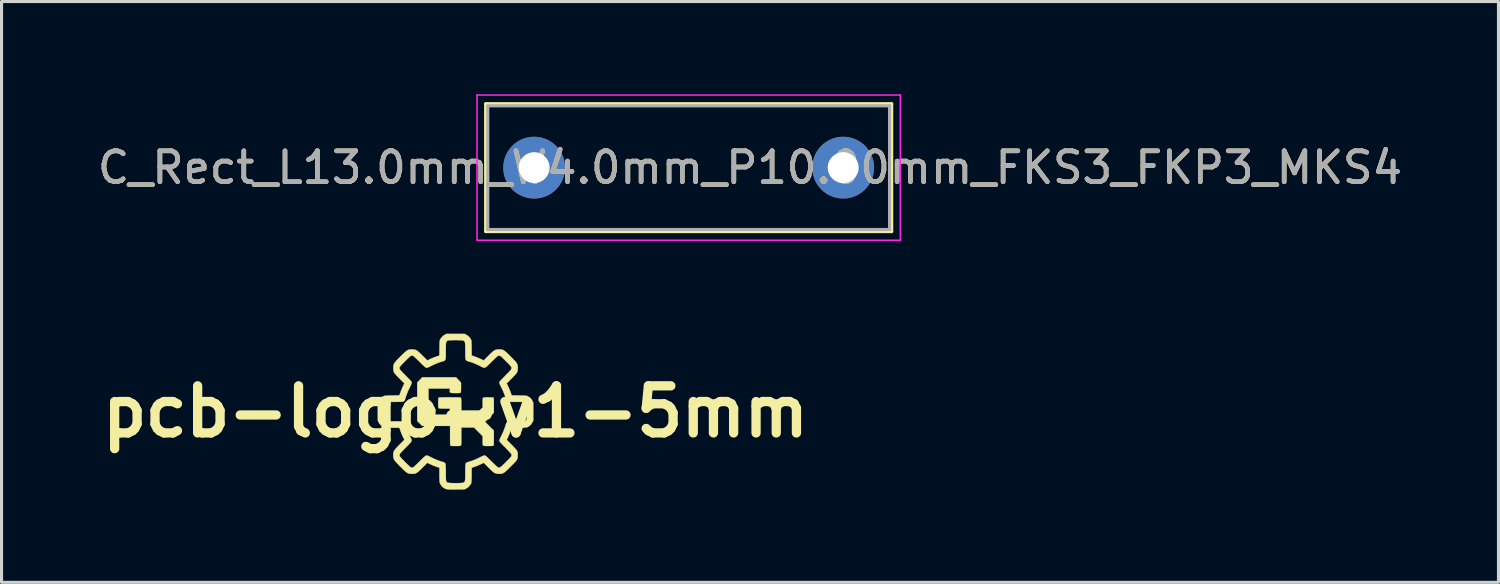
<source format=kicad_pcb>
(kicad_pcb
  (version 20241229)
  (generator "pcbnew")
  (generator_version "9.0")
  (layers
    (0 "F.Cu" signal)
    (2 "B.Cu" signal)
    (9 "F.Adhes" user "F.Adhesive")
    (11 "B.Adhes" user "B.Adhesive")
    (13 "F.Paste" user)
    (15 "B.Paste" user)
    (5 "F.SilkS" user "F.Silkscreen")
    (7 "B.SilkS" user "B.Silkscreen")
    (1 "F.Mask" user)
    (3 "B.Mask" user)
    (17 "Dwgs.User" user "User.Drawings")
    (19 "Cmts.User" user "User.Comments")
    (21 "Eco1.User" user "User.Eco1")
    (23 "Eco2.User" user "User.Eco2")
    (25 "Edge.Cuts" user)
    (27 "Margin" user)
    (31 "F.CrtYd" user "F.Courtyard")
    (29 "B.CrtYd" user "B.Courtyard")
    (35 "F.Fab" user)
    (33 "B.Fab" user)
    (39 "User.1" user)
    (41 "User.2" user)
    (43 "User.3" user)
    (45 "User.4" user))
  (footprint "C_Rect_L13.0mm_W4.0mm_P10.00mm_FKS3_FKP3_MKS4"
    (layer "F.Cu")
    (at 14.235 2.375)
    (property "Reference" "C_Rect_L13.0mm_W4.0mm_P10.00mm_FKS3_FKP3_MKS4" (at 6.985 0 0) (layer "F.SilkS") (effects (font (size 1 1) (thickness 0.15))))
    (attr through_hole)
    (fp_line (start -1.56 -2.06) (end -1.56 2.06) (stroke (width 0.12) (type solid)) (layer "F.SilkS"))
    (fp_line (start -1.56 -2.06) (end 11.56 -2.06) (stroke (width 0.12) (type solid)) (layer "F.SilkS"))
    (fp_line (start -1.56 2.06) (end 11.56 2.06) (stroke (width 0.12) (type solid)) (layer "F.SilkS"))
    (fp_line (start 11.56 -2.06) (end 11.56 2.06) (stroke (width 0.12) (type solid)) (layer "F.SilkS"))
    (fp_line (start -1.85 -2.35) (end -1.85 2.35) (stroke (width 0.05) (type solid)) (layer "F.CrtYd"))
    (fp_line (start -1.85 2.35) (end 11.85 2.35) (stroke (width 0.05) (type solid)) (layer "F.CrtYd"))
    (fp_line (start 11.85 -2.35) (end -1.85 -2.35) (stroke (width 0.05) (type solid)) (layer "F.CrtYd"))
    (fp_line (start 11.85 2.35) (end 11.85 -2.35) (stroke (width 0.05) (type solid)) (layer "F.CrtYd"))
    (fp_line (start -1.5 -2) (end -1.5 2) (stroke (width 0.1) (type solid)) (layer "F.Fab"))
    (fp_line (start -1.5 2) (end 11.5 2) (stroke (width 0.1) (type solid)) (layer "F.Fab"))
    (fp_line (start 11.5 -2) (end -1.5 -2) (stroke (width 0.1) (type solid)) (layer "F.Fab"))
    (fp_line (start 11.5 2) (end 11.5 -2) (stroke (width 0.1) (type solid)) (layer "F.Fab"))
    (fp_text user "${REFERENCE}" (at 6.985 0 0) (layer "F.Fab") (effects (font (size 1 1) (thickness 0.15))))
    (pad "1" thru_hole circle (at 0 0) (size 2 2) (drill 1) (layers "*.Cu" "*.Mask"))
    (pad "2" thru_hole circle (at 10 0) (size 2 2) (drill 1) (layers "*.Cu" "*.Mask")))
  (footprint "pcb-logo-v1-5mm"
    (layer "F.Cu")
    (at 11.691 10.27)
    (property "Reference" "pcb-logo-v1-5mm" (at 0 0 0) (layer "F.SilkS") (effects (font (size 1.524 1.524) (thickness 0.3))))
    (attr through_hole)
    (fp_poly (pts (xy -0.53 -1.112) (xy 0.015 -1.112) (xy 0.096 -1.024) (xy 0.177 -0.937) (xy 0.177 -0.78) (xy 0.177 -0.712) (xy 0.175 -0.662) (xy 0.171 -0.63) (xy 0.166 -0.614) (xy 0.165 -0.612) (xy 0.152 -0.607) (xy 0.122 -0.604) (xy 0.075 -0.601) (xy 0.009 -0.601) (xy -0.000444 -0.601) (xy -0.066 -0.601) (xy -0.115 -0.603) (xy -0.149 -0.608) (xy -0.171 -0.617) (xy -0.182 -0.631) (xy -0.187 -0.652) (xy -0.186 -0.681) (xy -0.185 -0.694) (xy -0.181 -0.748) (xy -0.876 -0.748) (xy -0.876 0.098) (xy -0.182 0.098) (xy -0.182 -0.098) (xy -0.355 -0.098) (xy -0.418 -0.099) (xy -0.465 -0.099) (xy -0.497 -0.101) (xy -0.519 -0.104) (xy -0.533 -0.108) (xy -0.542 -0.113) (xy -0.545 -0.116) (xy -0.551 -0.126) (xy -0.556 -0.142) (xy -0.559 -0.166) (xy -0.56 -0.202) (xy -0.561 -0.252) (xy -0.561 -0.287) (xy -0.56 -0.354) (xy -0.558 -0.404) (xy -0.555 -0.435) (xy -0.55 -0.45) (xy -0.549 -0.451) (xy -0.54 -0.454) (xy -0.52 -0.457) (xy -0.486 -0.459) (xy -0.439 -0.461) (xy -0.375 -0.462) (xy -0.295 -0.463) (xy -0.197 -0.463) (xy -0.192 -0.463) (xy -0.1 -0.463) (xy -0.025 -0.462) (xy 0.033 -0.462) (xy 0.078 -0.461) (xy 0.112 -0.46) (xy 0.135 -0.458) (xy 0.151 -0.455) (xy 0.162 -0.452) (xy 0.168 -0.447) (xy 0.171 -0.445) (xy 0.176 -0.438) (xy 0.179 -0.426) (xy 0.182 -0.409) (xy 0.184 -0.383) (xy 0.186 -0.347) (xy 0.186 -0.298) (xy 0.187 -0.234) (xy 0.187 -0.153) (xy 0.187 -0.14) (xy 0.187 0.148) (xy 0.596 0.148) (xy 0.878 -0.135) (xy 0.877 -0.28) (xy 0.876 -0.344) (xy 0.877 -0.39) (xy 0.882 -0.423) (xy 0.894 -0.444) (xy 0.915 -0.456) (xy 0.949 -0.461) (xy 0.996 -0.463) (xy 1.061 -0.463) (xy 1.063 -0.463) (xy 1.131 -0.462) (xy 1.18 -0.46) (xy 1.212 -0.457) (xy 1.228 -0.452) (xy 1.229 -0.451) (xy 1.233 -0.44) (xy 1.236 -0.417) (xy 1.238 -0.379) (xy 1.239 -0.325) (xy 1.24 -0.255) (xy 1.24 -0.202) (xy 1.24 0.034) (xy 1.098 0.182) (xy 0.956 0.33) (xy 1.098 0.473) (xy 1.24 0.616) (xy 1.24 0.852) (xy 1.24 0.935) (xy 1.239 0.999) (xy 1.237 1.046) (xy 1.235 1.078) (xy 1.231 1.096) (xy 1.229 1.101) (xy 1.215 1.106) (xy 1.185 1.109) (xy 1.138 1.112) (xy 1.072 1.112) (xy 1.063 1.112) (xy 1.003 1.112) (xy 0.96 1.111) (xy 0.931 1.109) (xy 0.912 1.106) (xy 0.9 1.101) (xy 0.893 1.095) (xy 0.887 1.085) (xy 0.882 1.068) (xy 0.879 1.041) (xy 0.878 1.001) (xy 0.877 0.945) (xy 0.877 0.936) (xy 0.877 0.794) (xy 0.596 0.512) (xy 0.187 0.512) (xy 0.187 0.796) (xy 0.187 0.879) (xy 0.187 0.944) (xy 0.186 0.994) (xy 0.185 1.031) (xy 0.183 1.057) (xy 0.18 1.075) (xy 0.177 1.086) (xy 0.172 1.093) (xy 0.169 1.096) (xy 0.159 1.103) (xy 0.144 1.107) (xy 0.12 1.11) (xy 0.084 1.112) (xy 0.033 1.112) (xy -0.001 1.112) (xy -0.069 1.112) (xy -0.118 1.11) (xy -0.15 1.106) (xy -0.165 1.101) (xy -0.165 1.101) (xy -0.169 1.091) (xy -0.172 1.07) (xy -0.174 1.035) (xy -0.176 0.986) (xy -0.177 0.921) (xy -0.177 0.838) (xy -0.177 0.776) (xy -0.177 0.463) (xy -1.078 0.463) (xy -1.159 0.381) (xy -1.24 0.3) (xy -1.24 -0.94) (xy -1.157 -1.026) (xy -1.075 -1.112) (xy -0.53 -1.112)) (stroke (width 0.01) (type solid)) (fill yes) (layer "F.SilkS"))
    (fp_poly (pts (xy 0.346 -2.488) (xy 0.411 -2.446) (xy 0.465 -2.388) (xy 0.494 -2.341) (xy 0.501 -2.327) (xy 0.507 -2.313) (xy 0.511 -2.295) (xy 0.514 -2.272) (xy 0.516 -2.24) (xy 0.518 -2.197) (xy 0.519 -2.14) (xy 0.52 -2.067) (xy 0.52 -2.058) (xy 0.523 -1.816) (xy 0.618 -1.783) (xy 0.671 -1.764) (xy 0.731 -1.739) (xy 0.789 -1.714) (xy 0.814 -1.703) (xy 0.913 -1.656) (xy 1.065 -1.808) (xy 1.125 -1.868) (xy 1.175 -1.915) (xy 1.217 -1.951) (xy 1.253 -1.977) (xy 1.287 -1.995) (xy 1.32 -2.005) (xy 1.355 -2.011) (xy 1.396 -2.013) (xy 1.413 -2.013) (xy 1.452 -2.012) (xy 1.485 -2.009) (xy 1.515 -2.003) (xy 1.545 -1.991) (xy 1.576 -1.973) (xy 1.61 -1.947) (xy 1.651 -1.911) (xy 1.7 -1.865) (xy 1.759 -1.806) (xy 1.783 -1.783) (xy 1.846 -1.719) (xy 1.897 -1.667) (xy 1.936 -1.624) (xy 1.965 -1.588) (xy 1.986 -1.556) (xy 2 -1.526) (xy 2.008 -1.496) (xy 2.012 -1.464) (xy 2.013 -1.426) (xy 2.013 -1.408) (xy 2.013 -1.362) (xy 2.01 -1.33) (xy 2.004 -1.305) (xy 1.994 -1.281) (xy 1.986 -1.264) (xy 1.968 -1.24) (xy 1.939 -1.204) (xy 1.899 -1.159) (xy 1.851 -1.109) (xy 1.807 -1.064) (xy 1.656 -0.913) (xy 1.701 -0.82) (xy 1.725 -0.766) (xy 1.751 -0.704) (xy 1.774 -0.645) (xy 1.781 -0.626) (xy 1.817 -0.527) (xy 2.058 -0.522) (xy 2.133 -0.52) (xy 2.192 -0.519) (xy 2.236 -0.517) (xy 2.269 -0.514) (xy 2.294 -0.511) (xy 2.312 -0.507) (xy 2.326 -0.502) (xy 2.341 -0.494) (xy 2.341 -0.494) (xy 2.408 -0.448) (xy 2.461 -0.391) (xy 2.488 -0.346) (xy 2.515 -0.29) (xy 2.515 0.29) (xy 2.488 0.346) (xy 2.446 0.411) (xy 2.388 0.465) (xy 2.341 0.494) (xy 2.327 0.501) (xy 2.313 0.507) (xy 2.295 0.511) (xy 2.272 0.514) (xy 2.24 0.516) (xy 2.197 0.518) (xy 2.141 0.519) (xy 2.067 0.52) (xy 2.057 0.52) (xy 1.815 0.523) (xy 1.789 0.604) (xy 1.774 0.646) (xy 1.753 0.699) (xy 1.729 0.755) (xy 1.71 0.799) (xy 1.657 0.914) (xy 1.807 1.064) (xy 1.86 1.118) (xy 1.907 1.168) (xy 1.945 1.211) (xy 1.973 1.245) (xy 1.986 1.264) (xy 1.999 1.29) (xy 2.007 1.314) (xy 2.011 1.341) (xy 2.013 1.378) (xy 2.013 1.408) (xy 2.013 1.447) (xy 2.01 1.481) (xy 2.004 1.511) (xy 1.993 1.541) (xy 1.976 1.571) (xy 1.95 1.604) (xy 1.916 1.644) (xy 1.871 1.691) (xy 1.814 1.748) (xy 1.779 1.783) (xy 1.715 1.846) (xy 1.663 1.896) (xy 1.62 1.935) (xy 1.584 1.964) (xy 1.552 1.985) (xy 1.524 1.999) (xy 1.495 2.007) (xy 1.465 2.012) (xy 1.43 2.013) (xy 1.413 2.013) (xy 1.37 2.012) (xy 1.333 2.008) (xy 1.299 1.999) (xy 1.266 1.985) (xy 1.231 1.962) (xy 1.192 1.93) (xy 1.145 1.887) (xy 1.089 1.832) (xy 1.065 1.808) (xy 0.913 1.656) (xy 0.814 1.703) (xy 0.76 1.727) (xy 0.699 1.753) (xy 0.642 1.775) (xy 0.618 1.783) (xy 0.523 1.816) (xy 0.52 2.058) (xy 0.519 2.133) (xy 0.518 2.192) (xy 0.516 2.236) (xy 0.514 2.269) (xy 0.511 2.293) (xy 0.507 2.311) (xy 0.502 2.325) (xy 0.495 2.339) (xy 0.494 2.341) (xy 0.447 2.409) (xy 0.388 2.463) (xy 0.348 2.486) (xy 0.29 2.515) (xy 0.015 2.518) (xy -0.068 2.518) (xy -0.133 2.519) (xy -0.184 2.518) (xy -0.223 2.517) (xy -0.253 2.515) (xy -0.276 2.512) (xy -0.295 2.508) (xy -0.312 2.502) (xy -0.313 2.502) (xy -0.351 2.486) (xy -0.387 2.465) (xy -0.402 2.455) (xy -0.438 2.419) (xy -0.472 2.374) (xy -0.499 2.328) (xy -0.512 2.296) (xy -0.515 2.275) (xy -0.517 2.239) (xy -0.519 2.189) (xy -0.521 2.13) (xy -0.522 2.065) (xy -0.522 2.038) (xy -0.522 1.816) (xy -0.617 1.784) (xy -0.669 1.765) (xy -0.729 1.741) (xy -0.787 1.716) (xy -0.812 1.704) (xy -0.913 1.656) (xy -1.065 1.808) (xy -1.125 1.868) (xy -1.175 1.915) (xy -1.217 1.951) (xy -1.253 1.977) (xy -1.287 1.995) (xy -1.32 2.005) (xy -1.355 2.011) (xy -1.396 2.013) (xy -1.413 2.013) (xy -1.452 2.012) (xy -1.485 2.009) (xy -1.516 2.003) (xy -1.545 1.991) (xy -1.576 1.973) (xy -1.611 1.947) (xy -1.651 1.911) (xy -1.7 1.865) (xy -1.759 1.806) (xy -1.783 1.783) (xy -1.846 1.719) (xy -1.896 1.667) (xy -1.935 1.624) (xy -1.965 1.587) (xy -1.986 1.555) (xy -2 1.525) (xy -2.009 1.495) (xy -2.014 1.462) (xy -2.016 1.425) (xy -2.017 1.419) (xy -2.017 1.377) (xy -2.014 1.34) (xy -2.005 1.306) (xy -1.989 1.271) (xy -1.964 1.234) (xy -1.93 1.191) (xy -1.884 1.142) (xy -1.826 1.082) (xy -1.808 1.065) (xy -1.656 0.913) (xy -1.703 0.815) (xy -1.728 0.761) (xy -1.753 0.7) (xy -1.775 0.642) (xy -1.783 0.62) (xy -1.816 0.523) (xy -2.057 0.52) (xy -2.133 0.519) (xy -2.191 0.518) (xy -2.236 0.516) (xy -2.269 0.514) (xy -2.293 0.511) (xy -2.311 0.507) (xy -2.325 0.502) (xy -2.339 0.495) (xy -2.341 0.494) (xy -2.408 0.448) (xy -2.461 0.391) (xy -2.488 0.346) (xy -2.515 0.29) (xy -2.515 -0.014) (xy -2.315 -0.014) (xy -2.314 0.051) (xy -2.313 0.112) (xy -2.31 0.168) (xy -2.307 0.212) (xy -2.302 0.243) (xy -2.3 0.251) (xy -2.291 0.269) (xy -2.281 0.283) (xy -2.267 0.294) (xy -2.247 0.302) (xy -2.218 0.308) (xy -2.179 0.312) (xy -2.128 0.314) (xy -2.061 0.315) (xy -1.977 0.315) (xy -1.967 0.315) (xy -1.881 0.315) (xy -1.812 0.316) (xy -1.758 0.318) (xy -1.718 0.322) (xy -1.688 0.329) (xy -1.667 0.339) (xy -1.652 0.353) (xy -1.641 0.373) (xy -1.633 0.398) (xy -1.625 0.425) (xy -1.583 0.554) (xy -1.534 0.674) (xy -1.48 0.787) (xy -1.454 0.838) (xy -1.436 0.876) (xy -1.425 0.903) (xy -1.421 0.923) (xy -1.421 0.94) (xy -1.421 0.944) (xy -1.425 0.957) (xy -1.434 0.973) (xy -1.449 0.994) (xy -1.472 1.02) (xy -1.505 1.056) (xy -1.548 1.101) (xy -1.605 1.158) (xy -1.608 1.161) (xy -1.658 1.211) (xy -1.703 1.258) (xy -1.742 1.299) (xy -1.772 1.332) (xy -1.793 1.355) (xy -1.801 1.365) (xy -1.808 1.391) (xy -1.811 1.419) (xy -1.81 1.43) (xy -1.805 1.443) (xy -1.796 1.458) (xy -1.779 1.479) (xy -1.754 1.506) (xy -1.72 1.543) (xy -1.674 1.589) (xy -1.632 1.632) (xy -1.576 1.687) (xy -1.532 1.73) (xy -1.499 1.762) (xy -1.473 1.784) (xy -1.454 1.799) (xy -1.439 1.807) (xy -1.427 1.811) (xy -1.419 1.811) (xy -1.389 1.808) (xy -1.365 1.801) (xy -1.353 1.791) (xy -1.328 1.769) (xy -1.294 1.737) (xy -1.253 1.698) (xy -1.206 1.652) (xy -1.161 1.608) (xy -1.104 1.551) (xy -1.058 1.507) (xy -1.022 1.474) (xy -0.995 1.45) (xy -0.974 1.435) (xy -0.958 1.426) (xy -0.945 1.422) (xy -0.945 1.422) (xy -0.928 1.421) (xy -0.909 1.424) (xy -0.883 1.433) (xy -0.848 1.449) (xy -0.8 1.472) (xy -0.778 1.484) (xy -0.69 1.527) (xy -0.611 1.561) (xy -0.533 1.591) (xy -0.447 1.618) (xy -0.425 1.624) (xy -0.395 1.633) (xy -0.37 1.642) (xy -0.352 1.654) (xy -0.338 1.669) (xy -0.328 1.691) (xy -0.321 1.722) (xy -0.318 1.764) (xy -0.316 1.819) (xy -0.315 1.89) (xy -0.315 1.967) (xy -0.315 2.053) (xy -0.314 2.121) (xy -0.312 2.175) (xy -0.309 2.215) (xy -0.303 2.244) (xy -0.295 2.265) (xy -0.285 2.28) (xy -0.271 2.29) (xy -0.254 2.299) (xy -0.253 2.299) (xy -0.231 2.304) (xy -0.193 2.308) (xy -0.142 2.311) (xy -0.083 2.313) (xy -0.02 2.314) (xy 0.045 2.314) (xy 0.107 2.313) (xy 0.163 2.31) (xy 0.209 2.307) (xy 0.24 2.303) (xy 0.251 2.3) (xy 0.269 2.291) (xy 0.283 2.281) (xy 0.294 2.267) (xy 0.302 2.247) (xy 0.308 2.218) (xy 0.312 2.179) (xy 0.314 2.128) (xy 0.315 2.061) (xy 0.315 1.977) (xy 0.315 1.967) (xy 0.315 1.881) (xy 0.316 1.812) (xy 0.318 1.758) (xy 0.322 1.718) (xy 0.329 1.688) (xy 0.339 1.667) (xy 0.353 1.652) (xy 0.373 1.641) (xy 0.398 1.633) (xy 0.425 1.625) (xy 0.514 1.597) (xy 0.594 1.569) (xy 0.673 1.535) (xy 0.76 1.494) (xy 0.777 1.485) (xy 0.829 1.459) (xy 0.876 1.438) (xy 0.912 1.424) (xy 0.936 1.418) (xy 0.938 1.418) (xy 0.949 1.419) (xy 0.962 1.425) (xy 0.98 1.437) (xy 1.003 1.456) (xy 1.033 1.484) (xy 1.073 1.523) (xy 1.125 1.573) (xy 1.161 1.608) (xy 1.212 1.659) (xy 1.26 1.705) (xy 1.303 1.744) (xy 1.338 1.776) (xy 1.363 1.797) (xy 1.376 1.806) (xy 1.377 1.806) (xy 1.396 1.811) (xy 1.414 1.811) (xy 1.434 1.806) (xy 1.456 1.794) (xy 1.484 1.773) (xy 1.518 1.743) (xy 1.562 1.701) (xy 1.616 1.647) (xy 1.637 1.626) (xy 1.692 1.571) (xy 1.733 1.528) (xy 1.765 1.495) (xy 1.786 1.47) (xy 1.8 1.451) (xy 1.808 1.437) (xy 1.811 1.425) (xy 1.811 1.419) (xy 1.808 1.389) (xy 1.8 1.365) (xy 1.791 1.353) (xy 1.769 1.328) (xy 1.737 1.294) (xy 1.698 1.252) (xy 1.652 1.205) (xy 1.604 1.156) (xy 1.547 1.099) (xy 1.503 1.054) (xy 1.47 1.019) (xy 1.447 0.992) (xy 1.431 0.972) (xy 1.422 0.957) (xy 1.418 0.945) (xy 1.418 0.937) (xy 1.423 0.914) (xy 1.437 0.877) (xy 1.459 0.828) (xy 1.481 0.785) (xy 1.541 0.659) (xy 1.59 0.534) (xy 1.625 0.425) (xy 1.634 0.395) (xy 1.642 0.37) (xy 1.654 0.352) (xy 1.669 0.338) (xy 1.691 0.328) (xy 1.722 0.321) (xy 1.764 0.318) (xy 1.819 0.316) (xy 1.89 0.315) (xy 1.967 0.315) (xy 2.053 0.315) (xy 2.121 0.314) (xy 2.175 0.312) (xy 2.215 0.308) (xy 2.244 0.303) (xy 2.265 0.295) (xy 2.28 0.284) (xy 2.29 0.27) (xy 2.299 0.253) (xy 2.3 0.251) (xy 2.305 0.228) (xy 2.309 0.189) (xy 2.312 0.138) (xy 2.314 0.078) (xy 2.315 0.014) (xy 2.314 -0.051) (xy 2.313 -0.112) (xy 2.31 -0.168) (xy 2.307 -0.212) (xy 2.302 -0.243) (xy 2.3 -0.251) (xy 2.291 -0.269) (xy 2.281 -0.283) (xy 2.267 -0.294) (xy 2.247 -0.302) (xy 2.218 -0.308) (xy 2.179 -0.312) (xy 2.128 -0.314) (xy 2.061 -0.315) (xy 1.977 -0.315) (xy 1.967 -0.315) (xy 1.881 -0.315) (xy 1.812 -0.316) (xy 1.758 -0.318) (xy 1.718 -0.322) (xy 1.688 -0.329) (xy 1.667 -0.339) (xy 1.652 -0.353) (xy 1.641 -0.373) (xy 1.633 -0.398) (xy 1.625 -0.425) (xy 1.582 -0.558) (xy 1.531 -0.683) (xy 1.481 -0.785) (xy 1.453 -0.841) (xy 1.432 -0.887) (xy 1.42 -0.921) (xy 1.418 -0.937) (xy 1.419 -0.948) (xy 1.424 -0.961) (xy 1.435 -0.977) (xy 1.452 -0.999) (xy 1.478 -1.027) (xy 1.514 -1.065) (xy 1.561 -1.113) (xy 1.604 -1.156) (xy 1.654 -1.207) (xy 1.699 -1.254) (xy 1.739 -1.296) (xy 1.77 -1.33) (xy 1.791 -1.354) (xy 1.8 -1.365) (xy 1.808 -1.391) (xy 1.811 -1.419) (xy 1.81 -1.43) (xy 1.805 -1.443) (xy 1.796 -1.458) (xy 1.779 -1.479) (xy 1.754 -1.506) (xy 1.72 -1.543) (xy 1.674 -1.589) (xy 1.632 -1.632) (xy 1.576 -1.687) (xy 1.532 -1.73) (xy 1.499 -1.762) (xy 1.473 -1.784) (xy 1.454 -1.799) (xy 1.439 -1.807) (xy 1.427 -1.811) (xy 1.419 -1.811) (xy 1.389 -1.808) (xy 1.365 -1.801) (xy 1.353 -1.791) (xy 1.328 -1.769) (xy 1.294 -1.737) (xy 1.253 -1.698) (xy 1.206 -1.652) (xy 1.161 -1.608) (xy 1.104 -1.551) (xy 1.058 -1.507) (xy 1.022 -1.474) (xy 0.995 -1.45) (xy 0.974 -1.435) (xy 0.958 -1.426) (xy 0.945 -1.421) (xy 0.944 -1.421) (xy 0.928 -1.42) (xy 0.909 -1.424) (xy 0.884 -1.432) (xy 0.849 -1.448) (xy 0.802 -1.472) (xy 0.787 -1.48) (xy 0.663 -1.54) (xy 0.541 -1.588) (xy 0.425 -1.625) (xy 0.395 -1.634) (xy 0.37 -1.643) (xy 0.352 -1.654) (xy 0.338 -1.669) (xy 0.328 -1.691) (xy 0.321 -1.722) (xy 0.318 -1.764) (xy 0.316 -1.819) (xy 0.315 -1.89) (xy 0.315 -1.967) (xy 0.315 -2.053) (xy 0.314 -2.121) (xy 0.312 -2.175) (xy 0.308 -2.215) (xy 0.303 -2.244) (xy 0.295 -2.265) (xy 0.284 -2.28) (xy 0.27 -2.29) (xy 0.253 -2.299) (xy 0.251 -2.3) (xy 0.228 -2.305) (xy 0.189 -2.309) (xy 0.138 -2.312) (xy 0.078 -2.314) (xy 0.014 -2.315) (xy -0.051 -2.314) (xy -0.112 -2.313) (xy -0.168 -2.31) (xy -0.212 -2.307) (xy -0.243 -2.302) (xy -0.251 -2.3) (xy -0.269 -2.291) (xy -0.283 -2.281) (xy -0.294 -2.267) (xy -0.302 -2.247) (xy -0.308 -2.218) (xy -0.312 -2.179) (xy -0.314 -2.128) (xy -0.315 -2.061) (xy -0.315 -1.977) (xy -0.315 -1.967) (xy -0.315 -1.881) (xy -0.316 -1.812) (xy -0.318 -1.758) (xy -0.322 -1.718) (xy -0.329 -1.688) (xy -0.339 -1.667) (xy -0.353 -1.652) (xy -0.373 -1.641) (xy -0.398 -1.633) (xy -0.425 -1.625) (xy -0.553 -1.584) (xy -0.675 -1.534) (xy -0.787 -1.48) (xy -0.838 -1.454) (xy -0.875 -1.436) (xy -0.903 -1.425) (xy -0.923 -1.421) (xy -0.94 -1.421) (xy -0.944 -1.421) (xy -0.957 -1.425) (xy -0.973 -1.434) (xy -0.994 -1.449) (xy -1.02 -1.472) (xy -1.056 -1.505) (xy -1.101 -1.548) (xy -1.158 -1.605) (xy -1.161 -1.608) (xy -1.211 -1.658) (xy -1.258 -1.703) (xy -1.299 -1.742) (xy -1.332 -1.772) (xy -1.355 -1.793) (xy -1.365 -1.801) (xy -1.391 -1.808) (xy -1.419 -1.811) (xy -1.43 -1.81) (xy -1.443 -1.805) (xy -1.458 -1.796) (xy -1.479 -1.779) (xy -1.506 -1.754) (xy -1.543 -1.72) (xy -1.589 -1.674) (xy -1.632 -1.632) (xy -1.687 -1.576) (xy -1.73 -1.532) (xy -1.762 -1.499) (xy -1.784 -1.473) (xy -1.799 -1.454) (xy -1.807 -1.439) (xy -1.811 -1.427) (xy -1.811 -1.419) (xy -1.808 -1.389) (xy -1.8 -1.365) (xy -1.791 -1.353) (xy -1.769 -1.328) (xy -1.737 -1.294) (xy -1.698 -1.252) (xy -1.652 -1.205) (xy -1.604 -1.156) (xy -1.547 -1.099) (xy -1.503 -1.054) (xy -1.47 -1.019) (xy -1.447 -0.992) (xy -1.431 -0.972) (xy -1.422 -0.957) (xy -1.418 -0.945) (xy -1.418 -0.937) (xy -1.423 -0.914) (xy -1.437 -0.877) (xy -1.459 -0.828) (xy -1.481 -0.785) (xy -1.542 -0.657) (xy -1.591 -0.531) (xy -1.625 -0.425) (xy -1.634 -0.395) (xy -1.643 -0.37) (xy -1.654 -0.352) (xy -1.669 -0.338) (xy -1.691 -0.328) (xy -1.722 -0.321) (xy -1.764 -0.318) (xy -1.819 -0.316) (xy -1.89 -0.315) (xy -1.967 -0.315) (xy -2.053 -0.315) (xy -2.121 -0.314) (xy -2.175 -0.312) (xy -2.215 -0.308) (xy -2.244 -0.303) (xy -2.265 -0.295) (xy -2.28 -0.284) (xy -2.29 -0.27) (xy -2.299 -0.253) (xy -2.3 -0.251) (xy -2.305 -0.228) (xy -2.309 -0.189) (xy -2.312 -0.138) (xy -2.314 -0.078) (xy -2.315 -0.014) (xy -2.515 -0.014) (xy -2.515 -0.29) (xy -2.488 -0.346) (xy -2.446 -0.411) (xy -2.388 -0.465) (xy -2.341 -0.494) (xy -2.327 -0.501) (xy -2.312 -0.507) (xy -2.294 -0.511) (xy -2.27 -0.514) (xy -2.237 -0.517) (xy -2.193 -0.518) (xy -2.135 -0.52) (xy -2.06 -0.522) (xy -2.058 -0.522) (xy -1.817 -0.527) (xy -1.781 -0.626) (xy -1.76 -0.682) (xy -1.734 -0.744) (xy -1.709 -0.801) (xy -1.701 -0.82) (xy -1.656 -0.913) (xy -1.807 -1.064) (xy -1.86 -1.118) (xy -1.907 -1.168) (xy -1.945 -1.211) (xy -1.973 -1.245) (xy -1.986 -1.264) (xy -1.999 -1.29) (xy -2.007 -1.314) (xy -2.011 -1.341) (xy -2.013 -1.378) (xy -2.013 -1.408) (xy -2.013 -1.448) (xy -2.01 -1.482) (xy -2.004 -1.513) (xy -1.993 -1.543) (xy -1.975 -1.574) (xy -1.949 -1.608) (xy -1.915 -1.647) (xy -1.869 -1.695) (xy -1.812 -1.753) (xy -1.783 -1.783) (xy -1.719 -1.846) (xy -1.667 -1.896) (xy -1.624 -1.935) (xy -1.587 -1.965) (xy -1.555 -1.986) (xy -1.526 -1.999) (xy -1.496 -2.008) (xy -1.464 -2.012) (xy -1.427 -2.013) (xy -1.413 -2.013) (xy -1.37 -2.012) (xy -1.333 -2.008) (xy -1.299 -1.999) (xy -1.266 -1.985) (xy -1.231 -1.962) (xy -1.192 -1.93) (xy -1.145 -1.887) (xy -1.089 -1.832) (xy -1.065 -1.808) (xy -0.913 -1.656) (xy -0.812 -1.704) (xy -0.759 -1.728) (xy -0.699 -1.753) (xy -0.642 -1.775) (xy -0.617 -1.784) (xy -0.523 -1.816) (xy -0.52 -2.057) (xy -0.519 -2.133) (xy -0.518 -2.192) (xy -0.516 -2.236) (xy -0.514 -2.269) (xy -0.511 -2.293) (xy -0.507 -2.311) (xy -0.502 -2.325) (xy -0.495 -2.339) (xy -0.494 -2.341) (xy -0.448 -2.408) (xy -0.391 -2.461) (xy -0.346 -2.488) (xy -0.29 -2.515) (xy 0.29 -2.515) (xy 0.346 -2.488)) (stroke (width 0.01) (type solid)) (fill yes) (layer "F.SilkS")))
  (gr_rect
    (start -3 -3)
    (end 45.44 15.794)
    (stroke (width 0.1) (type default))
    (fill no)
    (layer "Edge.Cuts")))
</source>
